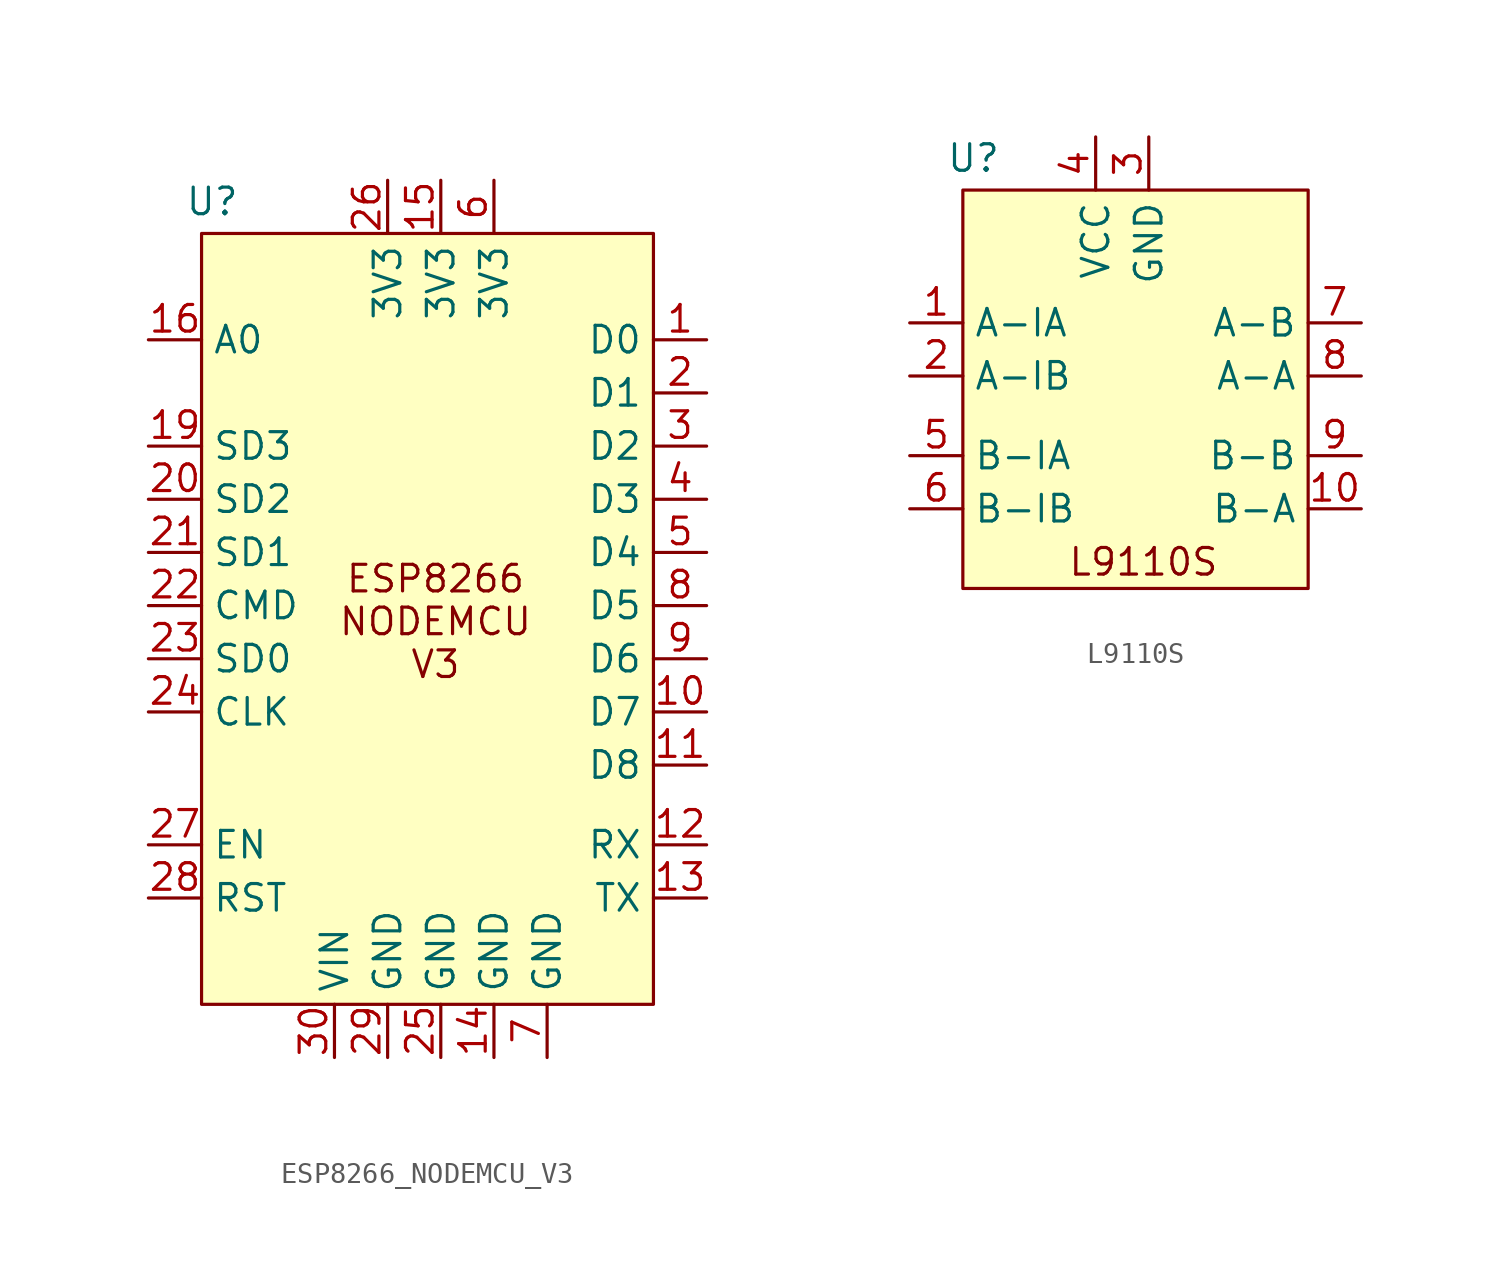
<source format=kicad_sym>
(kicad_symbol_lib
  (version 20241209)
  (generator "kicad_symbol_editor")
  (generator_version "9.0")
  (symbol "ESP8266_NODEMCU_V3"
    (property "Reference" "U"
      (at -10.922 19.304 0)
      (effects (font (size 1.27 1.27))))
    (symbol "ESP8266_NODEMCU_V3_0_1"
      (rectangle (start -11.43 17.78) (end 10.16 -19.05) (stroke (width 0) (type default)) (fill (type background))))
    (symbol "ESP8266_NODEMCU_V3_1_1"
      (text "ESP8266\nNODEMCU\nV3" (at -0.254 -0.762 0) (effects (font (size 1.27 1.27))))
      (pin input line (at -13.97 12.7 0) (length 2.54) (name "A0" (effects (font (size 1.27 1.27)))) (number "16" (effects (font (size 1.27 1.27)))))
      (pin bidirectional line (at -13.97 7.62 0) (length 2.54) (name "SD3" (effects (font (size 1.27 1.27)))) (number "19" (effects (font (size 1.27 1.27)))))
      (pin bidirectional line (at -13.97 5.08 0) (length 2.54) (name "SD2" (effects (font (size 1.27 1.27)))) (number "20" (effects (font (size 1.27 1.27)))))
      (pin bidirectional line (at -13.97 2.54 0) (length 2.54) (name "SD1" (effects (font (size 1.27 1.27)))) (number "21" (effects (font (size 1.27 1.27)))))
      (pin bidirectional line (at -13.97 0 0) (length 2.54) (name "CMD" (effects (font (size 1.27 1.27)))) (number "22" (effects (font (size 1.27 1.27)))))
      (pin bidirectional line (at -13.97 -2.54 0) (length 2.54) (name "SD0" (effects (font (size 1.27 1.27)))) (number "23" (effects (font (size 1.27 1.27)))))
      (pin bidirectional line (at -13.97 -5.08 0) (length 2.54) (name "CLK" (effects (font (size 1.27 1.27)))) (number "24" (effects (font (size 1.27 1.27)))))
      (pin open_collector line (at -13.97 -11.43 0) (length 2.54) (name "EN" (effects (font (size 1.27 1.27)))) (number "27" (effects (font (size 1.27 1.27)))))
      (pin open_collector line (at -13.97 -13.97 0) (length 2.54) (name "RST" (effects (font (size 1.27 1.27)))) (number "28" (effects (font (size 1.27 1.27)))))
      (pin power_in line (at -5.08 -21.59 90) (length 2.54) (name "VIN" (effects (font (size 1.27 1.27)))) (number "30" (effects (font (size 1.27 1.27)))))
      (pin power_out line (at -2.54 20.32 270) (length 2.54) (name "3V3" (effects (font (size 1.27 1.27)))) (number "26" (effects (font (size 1.27 1.27)))))
      (pin power_in line (at -2.54 -21.59 90) (length 2.54) (name "GND" (effects (font (size 1.27 1.27)))) (number "29" (effects (font (size 1.27 1.27)))))
      (pin power_out line (at 0 20.32 270) (length 2.54) (name "3V3" (effects (font (size 1.27 1.27)))) (number "15" (effects (font (size 1.27 1.27)))))
      (pin power_in line (at 0 -21.59 90) (length 2.54) (name "GND" (effects (font (size 1.27 1.27)))) (number "25" (effects (font (size 1.27 1.27)))))
      (pin power_out line (at 2.54 20.32 270) (length 2.54) (name "3V3" (effects (font (size 1.27 1.27)))) (number "6" (effects (font (size 1.27 1.27)))))
      (pin power_in line (at 2.54 -21.59 90) (length 2.54) (name "GND" (effects (font (size 1.27 1.27)))) (number "14" (effects (font (size 1.27 1.27)))))
      (pin power_in line (at 5.08 -21.59 90) (length 2.54) (name "GND" (effects (font (size 1.27 1.27)))) (number "7" (effects (font (size 1.27 1.27)))))
      (pin bidirectional line (at 12.7 12.7 180) (length 2.54) (name "D0" (effects (font (size 1.27 1.27)))) (number "1" (effects (font (size 1.27 1.27)))))
      (pin bidirectional line (at 12.7 10.16 180) (length 2.54) (name "D1" (effects (font (size 1.27 1.27)))) (number "2" (effects (font (size 1.27 1.27)))))
      (pin bidirectional line (at 12.7 7.62 180) (length 2.54) (name "D2" (effects (font (size 1.27 1.27)))) (number "3" (effects (font (size 1.27 1.27)))))
      (pin bidirectional line (at 12.7 5.08 180) (length 2.54) (name "D3" (effects (font (size 1.27 1.27)))) (number "4" (effects (font (size 1.27 1.27)))))
      (pin bidirectional line (at 12.7 2.54 180) (length 2.54) (name "D4" (effects (font (size 1.27 1.27)))) (number "5" (effects (font (size 1.27 1.27)))))
      (pin bidirectional line (at 12.7 0 180) (length 2.54) (name "D5" (effects (font (size 1.27 1.27)))) (number "8" (effects (font (size 1.27 1.27)))))
      (pin bidirectional line (at 12.7 -2.54 180) (length 2.54) (name "D6" (effects (font (size 1.27 1.27)))) (number "9" (effects (font (size 1.27 1.27)))))
      (pin bidirectional line (at 12.7 -5.08 180) (length 2.54) (name "D7" (effects (font (size 1.27 1.27)))) (number "10" (effects (font (size 1.27 1.27)))))
      (pin bidirectional line (at 12.7 -7.62 180) (length 2.54) (name "D8" (effects (font (size 1.27 1.27)))) (number "11" (effects (font (size 1.27 1.27)))))
      (pin bidirectional line (at 12.7 -11.43 180) (length 2.54) (name "RX" (effects (font (size 1.27 1.27)))) (number "12" (effects (font (size 1.27 1.27)))))
      (pin bidirectional line (at 12.7 -13.97 180) (length 2.54) (name "TX" (effects (font (size 1.27 1.27)))) (number "13" (effects (font (size 1.27 1.27)))))))
  (symbol "L9110S"
    (property "Reference" "U"
      (at -8.382 11.684 0)
      (effects (font (size 1.27 1.27))))
    (symbol "L9110S_0_1"
      (rectangle (start -8.89 10.16) (end 7.62 -8.89) (stroke (width 0) (type default)) (fill (type background))))
    (symbol "L9110S_1_1"
      (text "L9110S" (at -0.254 -7.62 0) (effects (font (size 1.27 1.27))))
      (pin input line (at -11.43 3.81 0) (length 2.54) (name "A-IA" (effects (font (size 1.27 1.27)))) (number "1" (effects (font (size 1.27 1.27)))))
      (pin input line (at -11.43 1.27 0) (length 2.54) (name "A-IB" (effects (font (size 1.27 1.27)))) (number "2" (effects (font (size 1.27 1.27)))))
      (pin input line (at -11.43 -2.54 0) (length 2.54) (name "B-IA" (effects (font (size 1.27 1.27)))) (number "5" (effects (font (size 1.27 1.27)))))
      (pin input line (at -11.43 -5.08 0) (length 2.54) (name "B-IB" (effects (font (size 1.27 1.27)))) (number "6" (effects (font (size 1.27 1.27)))))
      (pin power_in line (at -2.54 12.7 270) (length 2.54) (name "VCC" (effects (font (size 1.27 1.27)))) (number "4" (effects (font (size 1.27 1.27)))))
      (pin power_in line (at 0 12.7 270) (length 2.54) (name "GND" (effects (font (size 1.27 1.27)))) (number "3" (effects (font (size 1.27 1.27)))))
      (pin power_out line (at 10.16 3.81 180) (length 2.54) (name "A-B" (effects (font (size 1.27 1.27)))) (number "7" (effects (font (size 1.27 1.27)))))
      (pin power_out line (at 10.16 1.27 180) (length 2.54) (name "A-A" (effects (font (size 1.27 1.27)))) (number "8" (effects (font (size 1.27 1.27)))))
      (pin power_out line (at 10.16 -2.54 180) (length 2.54) (name "B-B" (effects (font (size 1.27 1.27)))) (number "9" (effects (font (size 1.27 1.27)))))
      (pin power_out line (at 10.16 -5.08 180) (length 2.54) (name "B-A" (effects (font (size 1.27 1.27)))) (number "10" (effects (font (size 1.27 1.27))))))))
</source>
